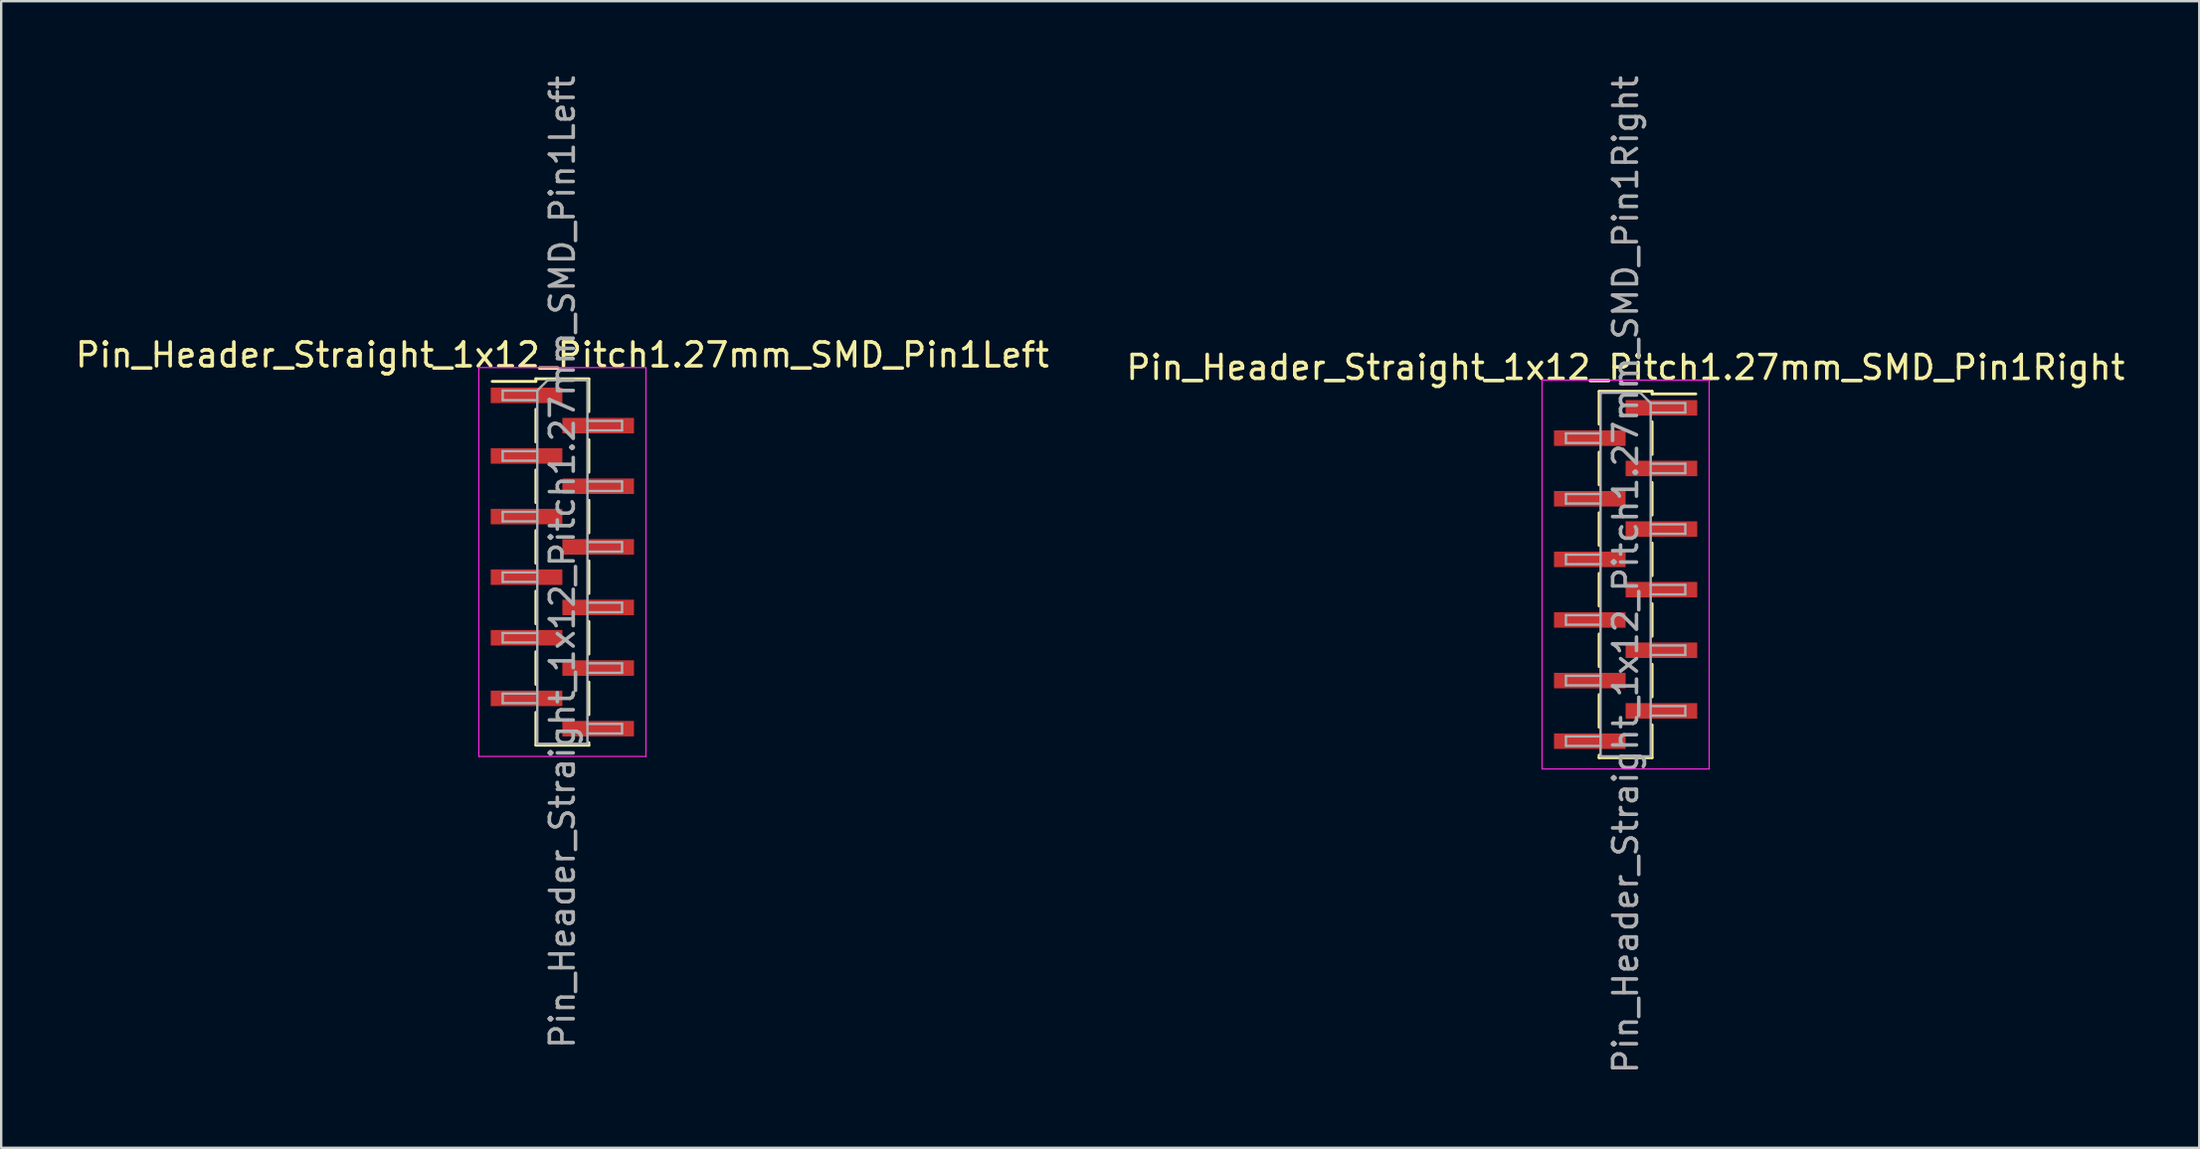
<source format=kicad_pcb>
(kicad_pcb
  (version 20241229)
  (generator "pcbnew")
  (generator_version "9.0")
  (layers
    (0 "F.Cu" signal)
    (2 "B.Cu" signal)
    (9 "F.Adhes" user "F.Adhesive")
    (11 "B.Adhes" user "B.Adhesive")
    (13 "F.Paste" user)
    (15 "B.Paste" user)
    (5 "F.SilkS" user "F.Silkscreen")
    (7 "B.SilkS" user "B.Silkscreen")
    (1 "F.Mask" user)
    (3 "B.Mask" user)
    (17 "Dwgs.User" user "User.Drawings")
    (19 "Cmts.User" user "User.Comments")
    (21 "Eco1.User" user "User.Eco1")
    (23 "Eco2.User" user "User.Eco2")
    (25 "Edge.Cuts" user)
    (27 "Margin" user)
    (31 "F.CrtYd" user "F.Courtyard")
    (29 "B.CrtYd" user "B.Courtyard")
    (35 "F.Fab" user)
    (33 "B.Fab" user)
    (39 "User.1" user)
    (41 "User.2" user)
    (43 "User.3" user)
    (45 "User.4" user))
  (footprint "Pin_Header_Straight_1x12_Pitch1.27mm_SMD_Pin1Left"
    (layer "F.Cu")
    (at 20.506 20.506)
    (property "Reference" "Pin_Header_Straight_1x12_Pitch1.27mm_SMD_Pin1Left" (at 0 -8.68 0) (layer "F.SilkS") (effects (font (size 1 1) (thickness 0.15))))
    (attr smd)
    (fp_line (start -1.11 -7.68) (end -1.11 -7.57) (stroke (width 0.12) (type solid)) (layer "F.SilkS"))
    (fp_line (start -1.11 -7.68) (end 1.11 -7.68) (stroke (width 0.12) (type solid)) (layer "F.SilkS"))
    (fp_line (start -1.11 -7.57) (end -2.94 -7.57) (stroke (width 0.12) (type solid)) (layer "F.SilkS"))
    (fp_line (start -1.11 -6.4) (end -1.11 -5.03) (stroke (width 0.12) (type solid)) (layer "F.SilkS"))
    (fp_line (start -1.11 -3.86) (end -1.11 -2.49) (stroke (width 0.12) (type solid)) (layer "F.SilkS"))
    (fp_line (start -1.11 -1.32) (end -1.11 0.05) (stroke (width 0.12) (type solid)) (layer "F.SilkS"))
    (fp_line (start -1.11 1.22) (end -1.11 2.59) (stroke (width 0.12) (type solid)) (layer "F.SilkS"))
    (fp_line (start -1.11 3.76) (end -1.11 5.13) (stroke (width 0.12) (type solid)) (layer "F.SilkS"))
    (fp_line (start -1.11 6.3) (end -1.11 7.67) (stroke (width 0.12) (type solid)) (layer "F.SilkS"))
    (fp_line (start -1.11 7.68) (end 1.11 7.68) (stroke (width 0.12) (type solid)) (layer "F.SilkS"))
    (fp_line (start 1.11 -7.67) (end 1.11 -6.3) (stroke (width 0.12) (type solid)) (layer "F.SilkS"))
    (fp_line (start 1.11 -5.13) (end 1.11 -3.76) (stroke (width 0.12) (type solid)) (layer "F.SilkS"))
    (fp_line (start 1.11 -2.59) (end 1.11 -1.22) (stroke (width 0.12) (type solid)) (layer "F.SilkS"))
    (fp_line (start 1.11 -0.05) (end 1.11 1.32) (stroke (width 0.12) (type solid)) (layer "F.SilkS"))
    (fp_line (start 1.11 2.49) (end 1.11 3.86) (stroke (width 0.12) (type solid)) (layer "F.SilkS"))
    (fp_line (start 1.11 5.03) (end 1.11 6.4) (stroke (width 0.12) (type solid)) (layer "F.SilkS"))
    (fp_line (start 1.11 7.57) (end 1.11 7.68) (stroke (width 0.12) (type solid)) (layer "F.SilkS"))
    (fp_line (start -3.5 -8.15) (end -3.5 8.15) (stroke (width 0.05) (type solid)) (layer "F.CrtYd"))
    (fp_line (start -3.5 8.15) (end 3.5 8.15) (stroke (width 0.05) (type solid)) (layer "F.CrtYd"))
    (fp_line (start 3.5 -8.15) (end -3.5 -8.15) (stroke (width 0.05) (type solid)) (layer "F.CrtYd"))
    (fp_line (start 3.5 8.15) (end 3.5 -8.15) (stroke (width 0.05) (type solid)) (layer "F.CrtYd"))
    (fp_line (start -2.5 -7.185) (end -2.5 -6.785) (stroke (width 0.1) (type solid)) (layer "F.Fab"))
    (fp_line (start -2.5 -6.785) (end -1.05 -6.785) (stroke (width 0.1) (type solid)) (layer "F.Fab"))
    (fp_line (start -2.5 -4.645) (end -2.5 -4.245) (stroke (width 0.1) (type solid)) (layer "F.Fab"))
    (fp_line (start -2.5 -4.245) (end -1.05 -4.245) (stroke (width 0.1) (type solid)) (layer "F.Fab"))
    (fp_line (start -2.5 -2.105) (end -2.5 -1.705) (stroke (width 0.1) (type solid)) (layer "F.Fab"))
    (fp_line (start -2.5 -1.705) (end -1.05 -1.705) (stroke (width 0.1) (type solid)) (layer "F.Fab"))
    (fp_line (start -2.5 0.435) (end -2.5 0.835) (stroke (width 0.1) (type solid)) (layer "F.Fab"))
    (fp_line (start -2.5 0.835) (end -1.05 0.835) (stroke (width 0.1) (type solid)) (layer "F.Fab"))
    (fp_line (start -2.5 2.975) (end -2.5 3.375) (stroke (width 0.1) (type solid)) (layer "F.Fab"))
    (fp_line (start -2.5 3.375) (end -1.05 3.375) (stroke (width 0.1) (type solid)) (layer "F.Fab"))
    (fp_line (start -2.5 5.515) (end -2.5 5.915) (stroke (width 0.1) (type solid)) (layer "F.Fab"))
    (fp_line (start -2.5 5.915) (end -1.05 5.915) (stroke (width 0.1) (type solid)) (layer "F.Fab"))
    (fp_line (start -1.05 -7.185) (end -2.5 -7.185) (stroke (width 0.1) (type solid)) (layer "F.Fab"))
    (fp_line (start -1.05 -7.185) (end -0.615 -7.62) (stroke (width 0.1) (type solid)) (layer "F.Fab"))
    (fp_line (start -1.05 -4.645) (end -2.5 -4.645) (stroke (width 0.1) (type solid)) (layer "F.Fab"))
    (fp_line (start -1.05 -2.105) (end -2.5 -2.105) (stroke (width 0.1) (type solid)) (layer "F.Fab"))
    (fp_line (start -1.05 0.435) (end -2.5 0.435) (stroke (width 0.1) (type solid)) (layer "F.Fab"))
    (fp_line (start -1.05 2.975) (end -2.5 2.975) (stroke (width 0.1) (type solid)) (layer "F.Fab"))
    (fp_line (start -1.05 5.515) (end -2.5 5.515) (stroke (width 0.1) (type solid)) (layer "F.Fab"))
    (fp_line (start -1.05 7.62) (end -1.05 -7.185) (stroke (width 0.1) (type solid)) (layer "F.Fab"))
    (fp_line (start -0.615 -7.62) (end 1.05 -7.62) (stroke (width 0.1) (type solid)) (layer "F.Fab"))
    (fp_line (start 1.05 -7.62) (end 1.05 7.62) (stroke (width 0.1) (type solid)) (layer "F.Fab"))
    (fp_line (start 1.05 -5.915) (end 2.5 -5.915) (stroke (width 0.1) (type solid)) (layer "F.Fab"))
    (fp_line (start 1.05 -3.375) (end 2.5 -3.375) (stroke (width 0.1) (type solid)) (layer "F.Fab"))
    (fp_line (start 1.05 -0.835) (end 2.5 -0.835) (stroke (width 0.1) (type solid)) (layer "F.Fab"))
    (fp_line (start 1.05 1.705) (end 2.5 1.705) (stroke (width 0.1) (type solid)) (layer "F.Fab"))
    (fp_line (start 1.05 4.245) (end 2.5 4.245) (stroke (width 0.1) (type solid)) (layer "F.Fab"))
    (fp_line (start 1.05 6.785) (end 2.5 6.785) (stroke (width 0.1) (type solid)) (layer "F.Fab"))
    (fp_line (start 1.05 7.62) (end -1.05 7.62) (stroke (width 0.1) (type solid)) (layer "F.Fab"))
    (fp_line (start 2.5 -5.915) (end 2.5 -5.515) (stroke (width 0.1) (type solid)) (layer "F.Fab"))
    (fp_line (start 2.5 -5.515) (end 1.05 -5.515) (stroke (width 0.1) (type solid)) (layer "F.Fab"))
    (fp_line (start 2.5 -3.375) (end 2.5 -2.975) (stroke (width 0.1) (type solid)) (layer "F.Fab"))
    (fp_line (start 2.5 -2.975) (end 1.05 -2.975) (stroke (width 0.1) (type solid)) (layer "F.Fab"))
    (fp_line (start 2.5 -0.835) (end 2.5 -0.435) (stroke (width 0.1) (type solid)) (layer "F.Fab"))
    (fp_line (start 2.5 -0.435) (end 1.05 -0.435) (stroke (width 0.1) (type solid)) (layer "F.Fab"))
    (fp_line (start 2.5 1.705) (end 2.5 2.105) (stroke (width 0.1) (type solid)) (layer "F.Fab"))
    (fp_line (start 2.5 2.105) (end 1.05 2.105) (stroke (width 0.1) (type solid)) (layer "F.Fab"))
    (fp_line (start 2.5 4.245) (end 2.5 4.645) (stroke (width 0.1) (type solid)) (layer "F.Fab"))
    (fp_line (start 2.5 4.645) (end 1.05 4.645) (stroke (width 0.1) (type solid)) (layer "F.Fab"))
    (fp_line (start 2.5 6.785) (end 2.5 7.185) (stroke (width 0.1) (type solid)) (layer "F.Fab"))
    (fp_line (start 2.5 7.185) (end 1.05 7.185) (stroke (width 0.1) (type solid)) (layer "F.Fab"))
    (fp_text user "${REFERENCE}" (at 0 0 90) (layer "F.Fab") (effects (font (size 1 1) (thickness 0.15))))
    (pad "1" smd rect (at -1.5 -6.985) (size 3 0.65) (layers "F.Cu" "F.Mask" "F.Paste"))
    (pad "2" smd rect (at 1.5 -5.715) (size 3 0.65) (layers "F.Cu" "F.Mask" "F.Paste"))
    (pad "3" smd rect (at -1.5 -4.445) (size 3 0.65) (layers "F.Cu" "F.Mask" "F.Paste"))
    (pad "4" smd rect (at 1.5 -3.175) (size 3 0.65) (layers "F.Cu" "F.Mask" "F.Paste"))
    (pad "5" smd rect (at -1.5 -1.905) (size 3 0.65) (layers "F.Cu" "F.Mask" "F.Paste"))
    (pad "6" smd rect (at 1.5 -0.635) (size 3 0.65) (layers "F.Cu" "F.Mask" "F.Paste"))
    (pad "7" smd rect (at -1.5 0.635) (size 3 0.65) (layers "F.Cu" "F.Mask" "F.Paste"))
    (pad "8" smd rect (at 1.5 1.905) (size 3 0.65) (layers "F.Cu" "F.Mask" "F.Paste"))
    (pad "9" smd rect (at -1.5 3.175) (size 3 0.65) (layers "F.Cu" "F.Mask" "F.Paste"))
    (pad "10" smd rect (at 1.5 4.445) (size 3 0.65) (layers "F.Cu" "F.Mask" "F.Paste"))
    (pad "11" smd rect (at -1.5 5.715) (size 3 0.65) (layers "F.Cu" "F.Mask" "F.Paste"))
    (pad "12" smd rect (at 1.5 6.985) (size 3 0.65) (layers "F.Cu" "F.Mask" "F.Paste")))
  (footprint "Pin_Header_Straight_1x12_Pitch1.27mm_SMD_Pin1Right"
    (layer "F.Cu")
    (at 65.042 21.03)
    (property "Reference" "Pin_Header_Straight_1x12_Pitch1.27mm_SMD_Pin1Right" (at 0 -8.68 0) (layer "F.SilkS") (effects (font (size 1 1) (thickness 0.15))))
    (attr smd)
    (fp_line (start -1.11 -7.68) (end 1.11 -7.68) (stroke (width 0.12) (type solid)) (layer "F.SilkS"))
    (fp_line (start -1.11 -7.67) (end -1.11 -6.3) (stroke (width 0.12) (type solid)) (layer "F.SilkS"))
    (fp_line (start -1.11 -5.13) (end -1.11 -3.76) (stroke (width 0.12) (type solid)) (layer "F.SilkS"))
    (fp_line (start -1.11 -2.59) (end -1.11 -1.22) (stroke (width 0.12) (type solid)) (layer "F.SilkS"))
    (fp_line (start -1.11 -0.05) (end -1.11 1.32) (stroke (width 0.12) (type solid)) (layer "F.SilkS"))
    (fp_line (start -1.11 2.49) (end -1.11 3.86) (stroke (width 0.12) (type solid)) (layer "F.SilkS"))
    (fp_line (start -1.11 5.03) (end -1.11 6.4) (stroke (width 0.12) (type solid)) (layer "F.SilkS"))
    (fp_line (start -1.11 7.57) (end -1.11 7.68) (stroke (width 0.12) (type solid)) (layer "F.SilkS"))
    (fp_line (start -1.11 7.68) (end 1.11 7.68) (stroke (width 0.12) (type solid)) (layer "F.SilkS"))
    (fp_line (start 1.11 -7.68) (end 1.11 -7.57) (stroke (width 0.12) (type solid)) (layer "F.SilkS"))
    (fp_line (start 1.11 -7.57) (end 2.94 -7.57) (stroke (width 0.12) (type solid)) (layer "F.SilkS"))
    (fp_line (start 1.11 -6.4) (end 1.11 -5.03) (stroke (width 0.12) (type solid)) (layer "F.SilkS"))
    (fp_line (start 1.11 -3.86) (end 1.11 -2.49) (stroke (width 0.12) (type solid)) (layer "F.SilkS"))
    (fp_line (start 1.11 -1.32) (end 1.11 0.05) (stroke (width 0.12) (type solid)) (layer "F.SilkS"))
    (fp_line (start 1.11 1.22) (end 1.11 2.59) (stroke (width 0.12) (type solid)) (layer "F.SilkS"))
    (fp_line (start 1.11 3.76) (end 1.11 5.13) (stroke (width 0.12) (type solid)) (layer "F.SilkS"))
    (fp_line (start 1.11 6.3) (end 1.11 7.67) (stroke (width 0.12) (type solid)) (layer "F.SilkS"))
    (fp_line (start -3.5 -8.15) (end -3.5 8.15) (stroke (width 0.05) (type solid)) (layer "F.CrtYd"))
    (fp_line (start -3.5 8.15) (end 3.5 8.15) (stroke (width 0.05) (type solid)) (layer "F.CrtYd"))
    (fp_line (start 3.5 -8.15) (end -3.5 -8.15) (stroke (width 0.05) (type solid)) (layer "F.CrtYd"))
    (fp_line (start 3.5 8.15) (end 3.5 -8.15) (stroke (width 0.05) (type solid)) (layer "F.CrtYd"))
    (fp_line (start -2.5 -5.915) (end -2.5 -5.515) (stroke (width 0.1) (type solid)) (layer "F.Fab"))
    (fp_line (start -2.5 -5.515) (end -1.05 -5.515) (stroke (width 0.1) (type solid)) (layer "F.Fab"))
    (fp_line (start -2.5 -3.375) (end -2.5 -2.975) (stroke (width 0.1) (type solid)) (layer "F.Fab"))
    (fp_line (start -2.5 -2.975) (end -1.05 -2.975) (stroke (width 0.1) (type solid)) (layer "F.Fab"))
    (fp_line (start -2.5 -0.835) (end -2.5 -0.435) (stroke (width 0.1) (type solid)) (layer "F.Fab"))
    (fp_line (start -2.5 -0.435) (end -1.05 -0.435) (stroke (width 0.1) (type solid)) (layer "F.Fab"))
    (fp_line (start -2.5 1.705) (end -2.5 2.105) (stroke (width 0.1) (type solid)) (layer "F.Fab"))
    (fp_line (start -2.5 2.105) (end -1.05 2.105) (stroke (width 0.1) (type solid)) (layer "F.Fab"))
    (fp_line (start -2.5 4.245) (end -2.5 4.645) (stroke (width 0.1) (type solid)) (layer "F.Fab"))
    (fp_line (start -2.5 4.645) (end -1.05 4.645) (stroke (width 0.1) (type solid)) (layer "F.Fab"))
    (fp_line (start -2.5 6.785) (end -2.5 7.185) (stroke (width 0.1) (type solid)) (layer "F.Fab"))
    (fp_line (start -2.5 7.185) (end -1.05 7.185) (stroke (width 0.1) (type solid)) (layer "F.Fab"))
    (fp_line (start -1.05 -7.62) (end -1.05 7.62) (stroke (width 0.1) (type solid)) (layer "F.Fab"))
    (fp_line (start -1.05 -7.62) (end 0.615 -7.62) (stroke (width 0.1) (type solid)) (layer "F.Fab"))
    (fp_line (start -1.05 -5.915) (end -2.5 -5.915) (stroke (width 0.1) (type solid)) (layer "F.Fab"))
    (fp_line (start -1.05 -3.375) (end -2.5 -3.375) (stroke (width 0.1) (type solid)) (layer "F.Fab"))
    (fp_line (start -1.05 -0.835) (end -2.5 -0.835) (stroke (width 0.1) (type solid)) (layer "F.Fab"))
    (fp_line (start -1.05 1.705) (end -2.5 1.705) (stroke (width 0.1) (type solid)) (layer "F.Fab"))
    (fp_line (start -1.05 4.245) (end -2.5 4.245) (stroke (width 0.1) (type solid)) (layer "F.Fab"))
    (fp_line (start -1.05 6.785) (end -2.5 6.785) (stroke (width 0.1) (type solid)) (layer "F.Fab"))
    (fp_line (start 1.05 -7.185) (end 0.615 -7.62) (stroke (width 0.1) (type solid)) (layer "F.Fab"))
    (fp_line (start 1.05 -7.185) (end 2.5 -7.185) (stroke (width 0.1) (type solid)) (layer "F.Fab"))
    (fp_line (start 1.05 -4.645) (end 2.5 -4.645) (stroke (width 0.1) (type solid)) (layer "F.Fab"))
    (fp_line (start 1.05 -2.105) (end 2.5 -2.105) (stroke (width 0.1) (type solid)) (layer "F.Fab"))
    (fp_line (start 1.05 0.435) (end 2.5 0.435) (stroke (width 0.1) (type solid)) (layer "F.Fab"))
    (fp_line (start 1.05 2.975) (end 2.5 2.975) (stroke (width 0.1) (type solid)) (layer "F.Fab"))
    (fp_line (start 1.05 5.515) (end 2.5 5.515) (stroke (width 0.1) (type solid)) (layer "F.Fab"))
    (fp_line (start 1.05 7.62) (end -1.05 7.62) (stroke (width 0.1) (type solid)) (layer "F.Fab"))
    (fp_line (start 1.05 7.62) (end 1.05 -7.185) (stroke (width 0.1) (type solid)) (layer "F.Fab"))
    (fp_line (start 2.5 -7.185) (end 2.5 -6.785) (stroke (width 0.1) (type solid)) (layer "F.Fab"))
    (fp_line (start 2.5 -6.785) (end 1.05 -6.785) (stroke (width 0.1) (type solid)) (layer "F.Fab"))
    (fp_line (start 2.5 -4.645) (end 2.5 -4.245) (stroke (width 0.1) (type solid)) (layer "F.Fab"))
    (fp_line (start 2.5 -4.245) (end 1.05 -4.245) (stroke (width 0.1) (type solid)) (layer "F.Fab"))
    (fp_line (start 2.5 -2.105) (end 2.5 -1.705) (stroke (width 0.1) (type solid)) (layer "F.Fab"))
    (fp_line (start 2.5 -1.705) (end 1.05 -1.705) (stroke (width 0.1) (type solid)) (layer "F.Fab"))
    (fp_line (start 2.5 0.435) (end 2.5 0.835) (stroke (width 0.1) (type solid)) (layer "F.Fab"))
    (fp_line (start 2.5 0.835) (end 1.05 0.835) (stroke (width 0.1) (type solid)) (layer "F.Fab"))
    (fp_line (start 2.5 2.975) (end 2.5 3.375) (stroke (width 0.1) (type solid)) (layer "F.Fab"))
    (fp_line (start 2.5 3.375) (end 1.05 3.375) (stroke (width 0.1) (type solid)) (layer "F.Fab"))
    (fp_line (start 2.5 5.515) (end 2.5 5.915) (stroke (width 0.1) (type solid)) (layer "F.Fab"))
    (fp_line (start 2.5 5.915) (end 1.05 5.915) (stroke (width 0.1) (type solid)) (layer "F.Fab"))
    (fp_text user "${REFERENCE}" (at 0 0 90) (layer "F.Fab") (effects (font (size 1 1) (thickness 0.15))))
    (pad "1" smd rect (at 1.5 -6.985) (size 3 0.65) (layers "F.Cu" "F.Mask" "F.Paste"))
    (pad "2" smd rect (at -1.5 -5.715) (size 3 0.65) (layers "F.Cu" "F.Mask" "F.Paste"))
    (pad "3" smd rect (at 1.5 -4.445) (size 3 0.65) (layers "F.Cu" "F.Mask" "F.Paste"))
    (pad "4" smd rect (at -1.5 -3.175) (size 3 0.65) (layers "F.Cu" "F.Mask" "F.Paste"))
    (pad "5" smd rect (at 1.5 -1.905) (size 3 0.65) (layers "F.Cu" "F.Mask" "F.Paste"))
    (pad "6" smd rect (at -1.5 -0.635) (size 3 0.65) (layers "F.Cu" "F.Mask" "F.Paste"))
    (pad "7" smd rect (at 1.5 0.635) (size 3 0.65) (layers "F.Cu" "F.Mask" "F.Paste"))
    (pad "8" smd rect (at -1.5 1.905) (size 3 0.65) (layers "F.Cu" "F.Mask" "F.Paste"))
    (pad "9" smd rect (at 1.5 3.175) (size 3 0.65) (layers "F.Cu" "F.Mask" "F.Paste"))
    (pad "10" smd rect (at -1.5 4.445) (size 3 0.65) (layers "F.Cu" "F.Mask" "F.Paste"))
    (pad "11" smd rect (at 1.5 5.715) (size 3 0.65) (layers "F.Cu" "F.Mask" "F.Paste"))
    (pad "12" smd rect (at -1.5 6.985) (size 3 0.65) (layers "F.Cu" "F.Mask" "F.Paste")))
  (gr_rect
    (start -3 -3)
    (end 89.071 45.06)
    (stroke (width 0.1) (type default))
    (fill no)
    (layer "Edge.Cuts")))
</source>
